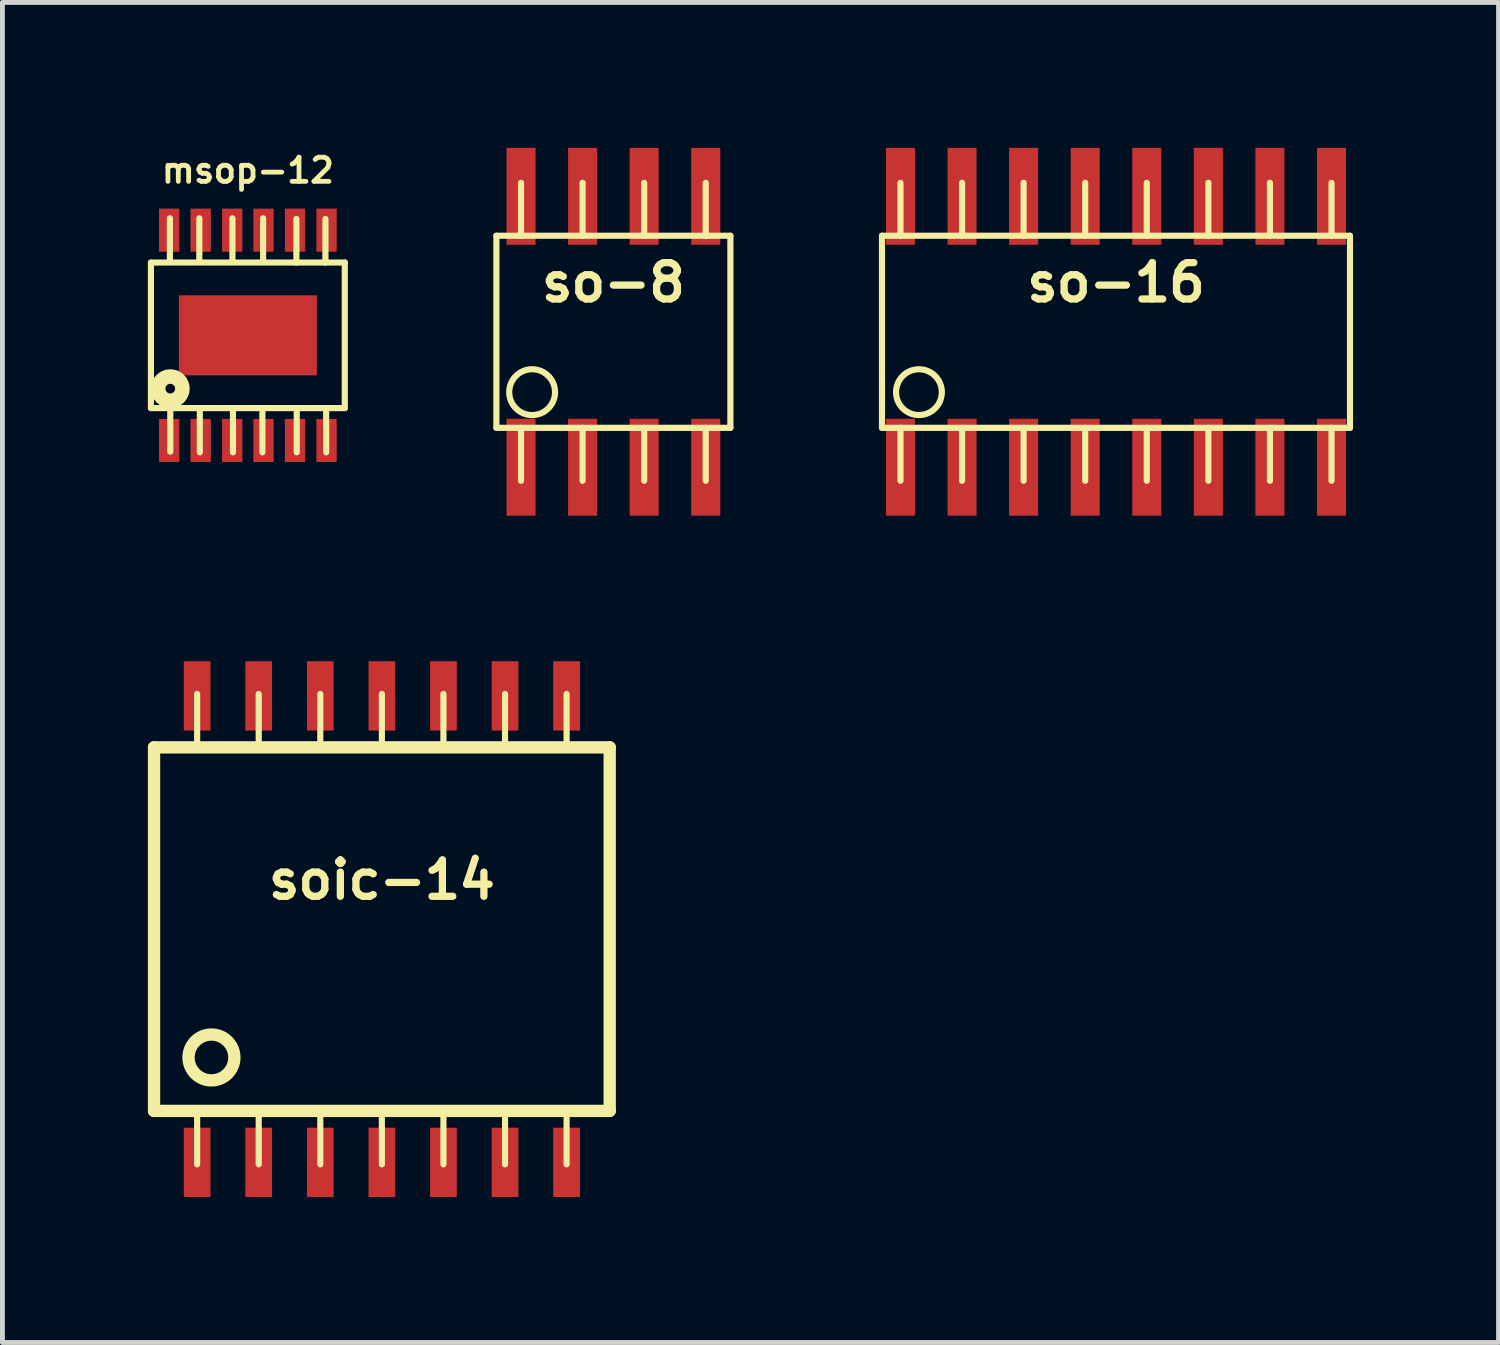
<source format=kicad_pcb>
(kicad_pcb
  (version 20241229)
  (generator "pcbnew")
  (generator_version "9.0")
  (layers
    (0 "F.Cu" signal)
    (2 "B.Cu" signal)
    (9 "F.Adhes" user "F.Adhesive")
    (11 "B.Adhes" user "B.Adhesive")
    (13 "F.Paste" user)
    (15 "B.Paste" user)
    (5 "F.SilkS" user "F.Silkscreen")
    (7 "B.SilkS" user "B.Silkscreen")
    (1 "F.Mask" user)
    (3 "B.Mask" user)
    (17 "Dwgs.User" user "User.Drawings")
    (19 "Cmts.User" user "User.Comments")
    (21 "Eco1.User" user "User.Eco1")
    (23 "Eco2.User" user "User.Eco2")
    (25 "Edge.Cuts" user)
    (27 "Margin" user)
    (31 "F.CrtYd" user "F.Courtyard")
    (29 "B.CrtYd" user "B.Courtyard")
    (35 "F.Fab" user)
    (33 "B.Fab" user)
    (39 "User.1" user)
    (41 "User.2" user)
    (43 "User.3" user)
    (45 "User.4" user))
  (footprint "so-8"
    (layer "F.Cu")
    (at 9.601 3.793)
    (property "Reference" "so-8" (at 0 -1.016 0) (layer "F.SilkS") (effects (font (size 0.749 0.749) (thickness 0.15))))
    (attr through_hole)
    (fp_line (start -2.413 -1.981) (end -2.413 1.981) (stroke (width 0.127) (type solid)) (layer "F.SilkS"))
    (fp_line (start -2.413 1.981) (end 2.413 1.981) (stroke (width 0.127) (type solid)) (layer "F.SilkS"))
    (fp_line (start -1.905 -1.981) (end -1.905 -3.073) (stroke (width 0.127) (type solid)) (layer "F.SilkS"))
    (fp_line (start -1.905 3.073) (end -1.905 1.981) (stroke (width 0.127) (type solid)) (layer "F.SilkS"))
    (fp_line (start -0.635 -1.981) (end -0.635 -3.073) (stroke (width 0.127) (type solid)) (layer "F.SilkS"))
    (fp_line (start -0.635 3.073) (end -0.635 1.981) (stroke (width 0.127) (type solid)) (layer "F.SilkS"))
    (fp_line (start 0.635 -1.981) (end 0.635 -3.073) (stroke (width 0.127) (type solid)) (layer "F.SilkS"))
    (fp_line (start 0.635 3.073) (end 0.635 1.981) (stroke (width 0.127) (type solid)) (layer "F.SilkS"))
    (fp_line (start 1.905 -3.073) (end 1.905 -1.981) (stroke (width 0.127) (type solid)) (layer "F.SilkS"))
    (fp_line (start 1.905 1.981) (end 1.905 3.073) (stroke (width 0.127) (type solid)) (layer "F.SilkS"))
    (fp_line (start 2.413 -1.981) (end -2.413 -1.981) (stroke (width 0.127) (type solid)) (layer "F.SilkS"))
    (fp_line (start 2.413 1.981) (end 2.413 -1.981) (stroke (width 0.127) (type solid)) (layer "F.SilkS"))
    (fp_circle (center -1.676 1.245) (end -1.956 1.626) (stroke (width 0.127) (type solid)) (fill no) (layer "F.SilkS"))
    (pad "1" smd rect (at -1.905 2.794) (size 0.599 1.999) (layers "F.Cu" "F.Mask" "F.Paste"))
    (pad "2" smd rect (at -0.635 2.794) (size 0.599 1.999) (layers "F.Cu" "F.Mask" "F.Paste"))
    (pad "3" smd rect (at 0.635 2.794) (size 0.599 1.999) (layers "F.Cu" "F.Mask" "F.Paste"))
    (pad "4" smd rect (at 1.905 2.794) (size 0.599 1.999) (layers "F.Cu" "F.Mask" "F.Paste"))
    (pad "5" smd rect (at 1.905 -2.794) (size 0.599 1.999) (layers "F.Cu" "F.Mask" "F.Paste"))
    (pad "6" smd rect (at 0.635 -2.794) (size 0.599 1.999) (layers "F.Cu" "F.Mask" "F.Paste"))
    (pad "7" smd rect (at -0.635 -2.794) (size 0.599 1.999) (layers "F.Cu" "F.Mask" "F.Paste"))
    (pad "8" smd rect (at -1.905 -2.794) (size 0.599 1.999) (layers "F.Cu" "F.Mask" "F.Paste")))
  (footprint "msop-12"
    (layer "F.Cu")
    (at 2.062 3.866)
    (property "Reference" "msop-12" (at 0 -3.401 0) (layer "F.SilkS") (effects (font (size 0.498 0.498) (thickness 0.099))))
    (attr smd)
    (fp_line (start -1.999 -1.501) (end 1.999 -1.501) (stroke (width 0.127) (type solid)) (layer "F.SilkS"))
    (fp_line (start -1.999 -1.499) (end -1.999 1.499) (stroke (width 0.127) (type solid)) (layer "F.SilkS"))
    (fp_line (start -1.999 1.501) (end 1.999 1.501) (stroke (width 0.127) (type solid)) (layer "F.SilkS"))
    (fp_line (start -1.608 -2.413) (end -1.608 -1.524) (stroke (width 0.127) (type solid)) (layer "F.SilkS"))
    (fp_line (start -1.6 2.4) (end -1.6 1.501) (stroke (width 0.127) (type solid)) (layer "F.SilkS"))
    (fp_line (start -1.001 -2.413) (end -1.001 -1.524) (stroke (width 0.127) (type solid)) (layer "F.SilkS"))
    (fp_line (start -0.991 2.413) (end -0.991 1.524) (stroke (width 0.127) (type solid)) (layer "F.SilkS"))
    (fp_line (start -0.318 -2.413) (end -0.318 -1.524) (stroke (width 0.127) (type solid)) (layer "F.SilkS"))
    (fp_line (start -0.307 2.413) (end -0.307 1.524) (stroke (width 0.127) (type solid)) (layer "F.SilkS"))
    (fp_line (start 0.3 2.413) (end 0.3 1.524) (stroke (width 0.127) (type solid)) (layer "F.SilkS"))
    (fp_line (start 0.315 -2.413) (end 0.315 -1.524) (stroke (width 0.127) (type solid)) (layer "F.SilkS"))
    (fp_line (start 1.001 -2.4) (end 1.001 -1.501) (stroke (width 0.127) (type solid)) (layer "F.SilkS"))
    (fp_line (start 1.008 2.413) (end 1.008 1.524) (stroke (width 0.127) (type solid)) (layer "F.SilkS"))
    (fp_line (start 1.6 -2.4) (end 1.6 -1.501) (stroke (width 0.127) (type solid)) (layer "F.SilkS"))
    (fp_line (start 1.615 2.413) (end 1.615 1.524) (stroke (width 0.127) (type solid)) (layer "F.SilkS"))
    (fp_line (start 1.999 1.501) (end 1.999 -1.501) (stroke (width 0.127) (type solid)) (layer "F.SilkS"))
    (fp_circle (center -1.6 1.102) (end -1.801 1.3) (stroke (width 0.127) (type solid)) (fill no) (layer "F.SilkS"))
    (fp_circle (center -1.6 1.1) (end -1.8 1.1) (stroke (width 0.127) (type solid)) (fill no) (layer "F.SilkS"))
    (fp_circle (center -1.6 1.1) (end -1.7 1.1) (stroke (width 0.3) (type solid)) (fill no) (layer "F.SilkS"))
    (pad "1" smd rect (at -1.623 2.169) (size 0.419 0.889) (layers "F.Cu" "F.Mask" "F.Paste"))
    (pad "2" smd rect (at -0.973 2.169) (size 0.419 0.889) (layers "F.Cu" "F.Mask" "F.Paste"))
    (pad "3" smd rect (at -0.323 2.169) (size 0.419 0.889) (layers "F.Cu" "F.Mask" "F.Paste"))
    (pad "4" smd rect (at 0.323 2.169) (size 0.419 0.889) (layers "F.Cu" "F.Mask" "F.Paste"))
    (pad "5" smd rect (at 0.973 2.169) (size 0.419 0.889) (layers "F.Cu" "F.Mask" "F.Paste"))
    (pad "6" smd rect (at 1.623 2.169) (size 0.419 0.889) (layers "F.Cu" "F.Mask" "F.Paste"))
    (pad "7" smd rect (at 1.623 -2.169) (size 0.419 0.889) (layers "F.Cu" "F.Mask" "F.Paste"))
    (pad "8" smd rect (at 0.973 -2.169) (size 0.419 0.889) (layers "F.Cu" "F.Mask" "F.Paste"))
    (pad "9" smd rect (at 0.323 -2.169) (size 0.419 0.889) (layers "F.Cu" "F.Mask" "F.Paste"))
    (pad "10" smd rect (at -0.323 -2.169) (size 0.419 0.889) (layers "F.Cu" "F.Mask" "F.Paste"))
    (pad "11" smd rect (at -0.973 -2.169) (size 0.419 0.889) (layers "F.Cu" "F.Mask" "F.Paste"))
    (pad "12" smd rect (at -1.623 -2.169) (size 0.419 0.889) (layers "F.Cu" "F.Mask" "F.Paste"))
    (pad "13" smd rect (at 0 0) (size 2.845 1.651) (layers "F.Cu" "F.Mask" "F.Paste")))
  (footprint "so-16"
    (layer "F.Cu")
    (at 19.967 3.793)
    (property "Reference" "so-16" (at 0 -1.016 0) (layer "F.SilkS") (effects (font (size 0.749 0.749) (thickness 0.15))))
    (attr through_hole)
    (fp_line (start -4.826 -1.981) (end -4.826 1.981) (stroke (width 0.127) (type solid)) (layer "F.SilkS"))
    (fp_line (start -4.826 1.981) (end 4.826 1.981) (stroke (width 0.127) (type solid)) (layer "F.SilkS"))
    (fp_line (start -4.445 -3.073) (end -4.445 -1.981) (stroke (width 0.127) (type solid)) (layer "F.SilkS"))
    (fp_line (start -4.445 1.981) (end -4.445 3.073) (stroke (width 0.127) (type solid)) (layer "F.SilkS"))
    (fp_line (start -3.175 -1.981) (end -3.175 -3.073) (stroke (width 0.127) (type solid)) (layer "F.SilkS"))
    (fp_line (start -3.175 3.073) (end -3.175 1.981) (stroke (width 0.127) (type solid)) (layer "F.SilkS"))
    (fp_line (start -1.905 -1.981) (end -1.905 -3.073) (stroke (width 0.127) (type solid)) (layer "F.SilkS"))
    (fp_line (start -1.905 3.073) (end -1.905 1.981) (stroke (width 0.127) (type solid)) (layer "F.SilkS"))
    (fp_line (start -0.635 -1.981) (end -0.635 -3.073) (stroke (width 0.127) (type solid)) (layer "F.SilkS"))
    (fp_line (start -0.635 3.073) (end -0.635 1.981) (stroke (width 0.127) (type solid)) (layer "F.SilkS"))
    (fp_line (start 0.635 -1.981) (end 0.635 -3.073) (stroke (width 0.127) (type solid)) (layer "F.SilkS"))
    (fp_line (start 0.635 3.073) (end 0.635 1.981) (stroke (width 0.127) (type solid)) (layer "F.SilkS"))
    (fp_line (start 1.905 -3.073) (end 1.905 -1.981) (stroke (width 0.127) (type solid)) (layer "F.SilkS"))
    (fp_line (start 1.905 1.981) (end 1.905 3.073) (stroke (width 0.127) (type solid)) (layer "F.SilkS"))
    (fp_line (start 3.175 -3.073) (end 3.175 -1.981) (stroke (width 0.127) (type solid)) (layer "F.SilkS"))
    (fp_line (start 3.175 1.981) (end 3.175 3.073) (stroke (width 0.127) (type solid)) (layer "F.SilkS"))
    (fp_line (start 4.445 -3.073) (end 4.445 -1.981) (stroke (width 0.127) (type solid)) (layer "F.SilkS"))
    (fp_line (start 4.445 1.981) (end 4.445 3.073) (stroke (width 0.127) (type solid)) (layer "F.SilkS"))
    (fp_line (start 4.826 -1.981) (end -4.826 -1.981) (stroke (width 0.127) (type solid)) (layer "F.SilkS"))
    (fp_line (start 4.826 1.981) (end 4.826 -1.981) (stroke (width 0.127) (type solid)) (layer "F.SilkS"))
    (fp_circle (center -4.064 1.245) (end -4.343 1.626) (stroke (width 0.127) (type solid)) (fill no) (layer "F.SilkS"))
    (pad "1" smd rect (at -4.445 2.794) (size 0.599 1.999) (layers "F.Cu" "F.Mask" "F.Paste"))
    (pad "2" smd rect (at -3.175 2.794) (size 0.599 1.999) (layers "F.Cu" "F.Mask" "F.Paste"))
    (pad "3" smd rect (at -1.905 2.794) (size 0.599 1.999) (layers "F.Cu" "F.Mask" "F.Paste"))
    (pad "4" smd rect (at -0.635 2.794) (size 0.599 1.999) (layers "F.Cu" "F.Mask" "F.Paste"))
    (pad "5" smd rect (at 0.635 2.794) (size 0.599 1.999) (layers "F.Cu" "F.Mask" "F.Paste"))
    (pad "6" smd rect (at 1.905 2.794) (size 0.599 1.999) (layers "F.Cu" "F.Mask" "F.Paste"))
    (pad "7" smd rect (at 3.175 2.794) (size 0.599 1.999) (layers "F.Cu" "F.Mask" "F.Paste"))
    (pad "8" smd rect (at 4.445 2.794) (size 0.599 1.999) (layers "F.Cu" "F.Mask" "F.Paste"))
    (pad "9" smd rect (at 4.445 -2.794) (size 0.599 1.999) (layers "F.Cu" "F.Mask" "F.Paste"))
    (pad "10" smd rect (at 3.175 -2.794) (size 0.599 1.999) (layers "F.Cu" "F.Mask" "F.Paste"))
    (pad "11" smd rect (at 1.905 -2.794) (size 0.599 1.999) (layers "F.Cu" "F.Mask" "F.Paste"))
    (pad "12" smd rect (at 0.635 -2.794) (size 0.599 1.999) (layers "F.Cu" "F.Mask" "F.Paste"))
    (pad "13" smd rect (at -0.635 -2.794) (size 0.599 1.999) (layers "F.Cu" "F.Mask" "F.Paste"))
    (pad "14" smd rect (at -1.905 -2.794) (size 0.599 1.999) (layers "F.Cu" "F.Mask" "F.Paste"))
    (pad "15" smd rect (at -3.175 -2.794) (size 0.599 1.999) (layers "F.Cu" "F.Mask" "F.Paste"))
    (pad "16" smd rect (at -4.445 -2.794) (size 0.599 1.999) (layers "F.Cu" "F.Mask" "F.Paste")))
  (footprint "soic-14"
    (layer "F.Cu")
    (at 4.826 16.113)
    (property "Reference" "soic-14" (at 0 -1.016 0) (layer "F.SilkS") (effects (font (size 0.749 0.749) (thickness 0.15))))
    (attr through_hole)
    (fp_line (start -4.699 -3.749) (end -4.699 3.749) (stroke (width 0.254) (type solid)) (layer "F.SilkS"))
    (fp_line (start -4.699 -3.749) (end 4.699 -3.749) (stroke (width 0.254) (type solid)) (layer "F.SilkS"))
    (fp_line (start -3.81 -3.759) (end -3.81 -4.851) (stroke (width 0.127) (type solid)) (layer "F.SilkS"))
    (fp_line (start -3.81 3.759) (end -3.81 4.851) (stroke (width 0.127) (type solid)) (layer "F.SilkS"))
    (fp_line (start -2.54 -3.759) (end -2.54 -4.851) (stroke (width 0.127) (type solid)) (layer "F.SilkS"))
    (fp_line (start -2.54 4.851) (end -2.54 3.759) (stroke (width 0.127) (type solid)) (layer "F.SilkS"))
    (fp_line (start -1.27 -4.851) (end -1.27 -3.759) (stroke (width 0.127) (type solid)) (layer "F.SilkS"))
    (fp_line (start -1.27 4.851) (end -1.27 3.759) (stroke (width 0.127) (type solid)) (layer "F.SilkS"))
    (fp_line (start 0 -4.851) (end 0 -3.759) (stroke (width 0.127) (type solid)) (layer "F.SilkS"))
    (fp_line (start 0 4.851) (end 0 3.759) (stroke (width 0.127) (type solid)) (layer "F.SilkS"))
    (fp_line (start 1.27 -4.851) (end 1.27 -3.759) (stroke (width 0.127) (type solid)) (layer "F.SilkS"))
    (fp_line (start 1.27 4.851) (end 1.27 3.759) (stroke (width 0.127) (type solid)) (layer "F.SilkS"))
    (fp_line (start 2.54 -3.759) (end 2.54 -4.851) (stroke (width 0.127) (type solid)) (layer "F.SilkS"))
    (fp_line (start 2.54 3.759) (end 2.54 4.851) (stroke (width 0.127) (type solid)) (layer "F.SilkS"))
    (fp_line (start 3.81 -3.759) (end 3.81 -4.851) (stroke (width 0.127) (type solid)) (layer "F.SilkS"))
    (fp_line (start 3.81 3.759) (end 3.81 4.851) (stroke (width 0.127) (type solid)) (layer "F.SilkS"))
    (fp_line (start 4.699 3.749) (end -4.699 3.749) (stroke (width 0.254) (type solid)) (layer "F.SilkS"))
    (fp_line (start 4.699 3.749) (end 4.699 -3.749) (stroke (width 0.254) (type solid)) (layer "F.SilkS"))
    (fp_circle (center -3.515 2.647) (end -3.795 3.028) (stroke (width 0.254) (type solid)) (fill no) (layer "F.SilkS"))
    (pad "1" smd rect (at -3.81 4.811) (size 0.551 1.43) (layers "F.Cu" "F.Mask" "F.Paste"))
    (pad "2" smd rect (at -2.54 4.811) (size 0.551 1.43) (layers "F.Cu" "F.Mask" "F.Paste"))
    (pad "3" smd rect (at -1.27 4.811) (size 0.551 1.43) (layers "F.Cu" "F.Mask" "F.Paste"))
    (pad "4" smd rect (at 0 4.811) (size 0.551 1.43) (layers "F.Cu" "F.Mask" "F.Paste"))
    (pad "5" smd rect (at 1.27 4.811) (size 0.551 1.43) (layers "F.Cu" "F.Mask" "F.Paste"))
    (pad "6" smd rect (at 2.54 4.811) (size 0.551 1.43) (layers "F.Cu" "F.Mask" "F.Paste"))
    (pad "7" smd rect (at 3.81 4.811) (size 0.551 1.43) (layers "F.Cu" "F.Mask" "F.Paste"))
    (pad "8" smd rect (at 3.81 -4.811) (size 0.551 1.43) (layers "F.Cu" "F.Mask" "F.Paste"))
    (pad "9" smd rect (at 2.54 -4.811) (size 0.551 1.43) (layers "F.Cu" "F.Mask" "F.Paste"))
    (pad "10" smd rect (at 1.27 -4.811) (size 0.551 1.43) (layers "F.Cu" "F.Mask" "F.Paste"))
    (pad "11" smd rect (at 0 -4.811) (size 0.551 1.43) (layers "F.Cu" "F.Mask" "F.Paste"))
    (pad "12" smd rect (at -1.27 -4.811) (size 0.551 1.43) (layers "F.Cu" "F.Mask" "F.Paste"))
    (pad "13" smd rect (at -2.54 -4.811) (size 0.551 1.43) (layers "F.Cu" "F.Mask" "F.Paste"))
    (pad "14" smd rect (at -3.81 -4.811) (size 0.551 1.43) (layers "F.Cu" "F.Mask" "F.Paste")))
  (gr_rect
    (start -3 -3)
    (end 27.857 24.639)
    (stroke (width 0.1) (type default))
    (fill no)
    (layer "Edge.Cuts")))
</source>
